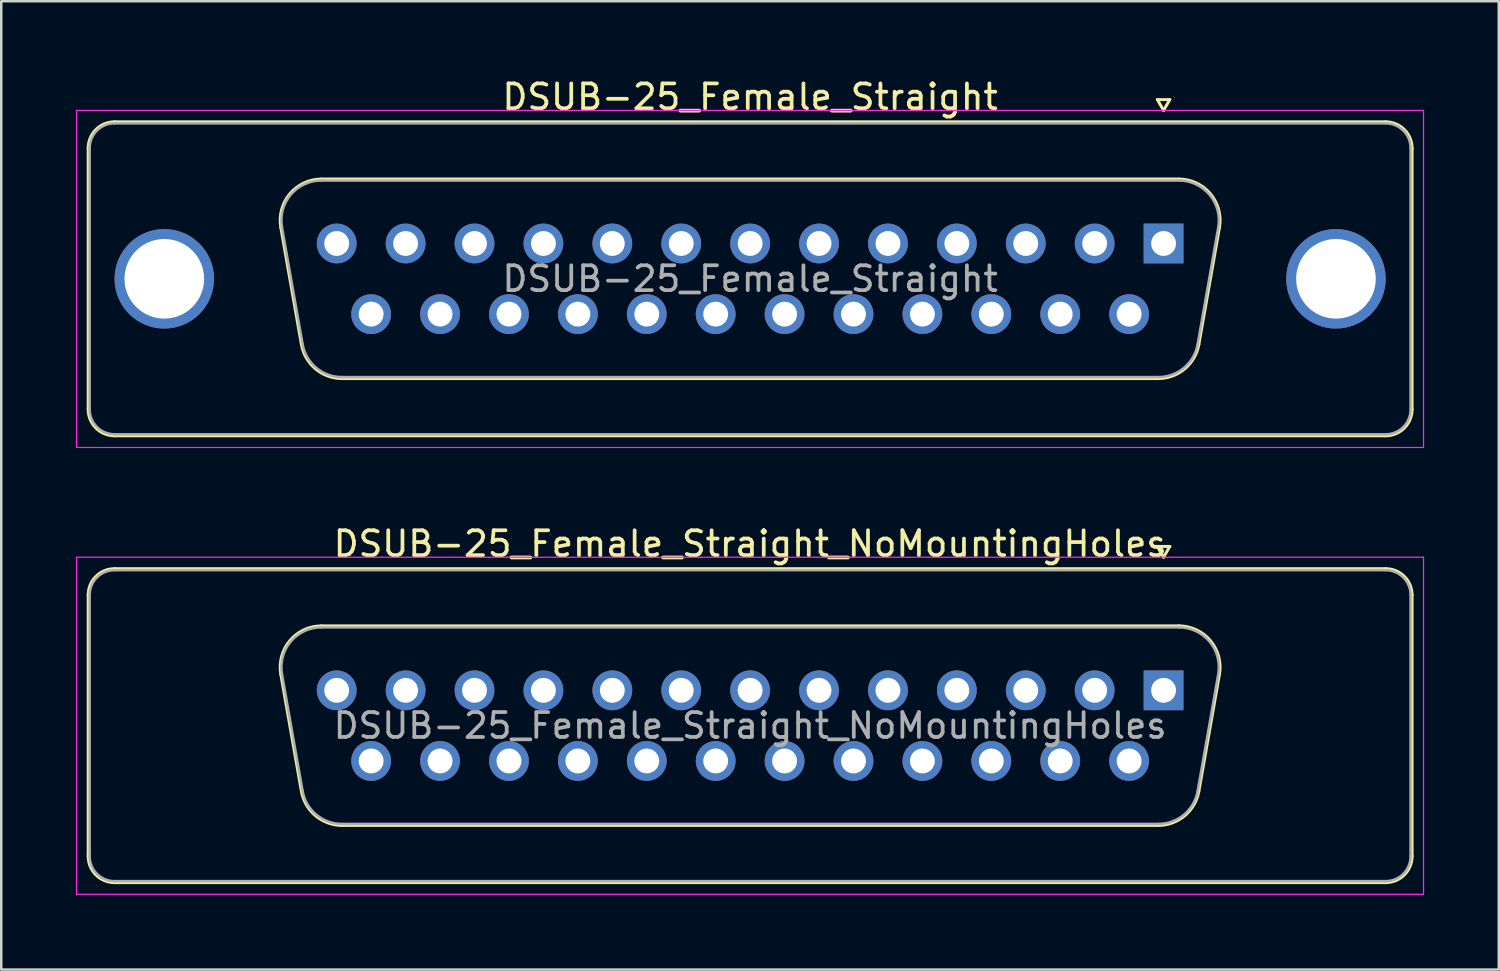
<source format=kicad_pcb>
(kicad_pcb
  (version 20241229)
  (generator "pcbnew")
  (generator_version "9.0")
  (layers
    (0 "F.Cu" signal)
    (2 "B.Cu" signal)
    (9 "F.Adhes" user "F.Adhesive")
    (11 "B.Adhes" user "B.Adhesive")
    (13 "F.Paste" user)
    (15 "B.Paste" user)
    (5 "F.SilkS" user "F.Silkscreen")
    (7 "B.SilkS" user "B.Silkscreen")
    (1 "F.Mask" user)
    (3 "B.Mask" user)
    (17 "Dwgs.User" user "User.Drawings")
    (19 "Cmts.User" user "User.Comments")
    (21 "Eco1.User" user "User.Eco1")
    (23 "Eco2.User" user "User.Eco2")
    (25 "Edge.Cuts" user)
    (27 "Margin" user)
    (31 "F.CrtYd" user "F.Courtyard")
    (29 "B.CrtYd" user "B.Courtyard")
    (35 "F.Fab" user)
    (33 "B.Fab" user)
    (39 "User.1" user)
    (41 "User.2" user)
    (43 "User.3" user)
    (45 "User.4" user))
  (footprint "DSUB-25_Female_Straight_NoMountingHoles"
    (layer "F.Cu")
    (at 43.725 24.701)
    (property "Reference" "DSUB-25_Female_Straight_NoMountingHoles" (at -16.62 -5.89 0) (layer "F.SilkS") (effects (font (size 1 1) (thickness 0.15))))
    (attr through_hole)
    (fp_line (start -43.23 6.67) (end -43.23 -3.83) (stroke (width 0.12) (type solid)) (layer "F.SilkS"))
    (fp_line (start -42.17 -4.89) (end 8.93 -4.89) (stroke (width 0.12) (type solid)) (layer "F.SilkS"))
    (fp_line (start -35.486 -0.642) (end -34.658 4.058) (stroke (width 0.12) (type solid)) (layer "F.SilkS"))
    (fp_line (start -33.852 -2.59) (end 0.612 -2.59) (stroke (width 0.12) (type solid)) (layer "F.SilkS"))
    (fp_line (start -33.023 5.43) (end -0.217 5.43) (stroke (width 0.12) (type solid)) (layer "F.SilkS"))
    (fp_line (start -0.25 -5.784) (end 0.25 -5.784) (stroke (width 0.12) (type solid)) (layer "F.SilkS"))
    (fp_line (start 0 -5.351) (end -0.25 -5.784) (stroke (width 0.12) (type solid)) (layer "F.SilkS"))
    (fp_line (start 0.25 -5.784) (end 0 -5.351) (stroke (width 0.12) (type solid)) (layer "F.SilkS"))
    (fp_line (start 2.246 -0.642) (end 1.418 4.058) (stroke (width 0.12) (type solid)) (layer "F.SilkS"))
    (fp_line (start 8.93 7.73) (end -42.17 7.73) (stroke (width 0.12) (type solid)) (layer "F.SilkS"))
    (fp_line (start 9.99 -3.83) (end 9.99 6.67) (stroke (width 0.12) (type solid)) (layer "F.SilkS"))
    (fp_arc (start -43.23 -3.83) (mid -42.919533 -4.579533) (end -42.17 -4.89) (stroke (width 0.12) (type solid)) (layer "F.SilkS"))
    (fp_arc (start -42.17 7.73) (mid -42.919533 7.419533) (end -43.23 6.67) (stroke (width 0.12) (type solid)) (layer "F.SilkS"))
    (fp_arc (start -35.48647 -0.641744) (mid -35.123323 -1.997028) (end -33.851689 -2.59) (stroke (width 0.12) (type solid)) (layer "F.SilkS"))
    (fp_arc (start -33.022952 5.43) (mid -34.089979 5.041634) (end -34.657733 4.058256) (stroke (width 0.12) (type solid)) (layer "F.SilkS"))
    (fp_arc (start 0.611689 -2.59) (mid 1.883323 -1.997027) (end 2.24647 -0.641744) (stroke (width 0.12) (type solid)) (layer "F.SilkS"))
    (fp_arc (start 1.417733 4.058256) (mid 0.84998 5.041634) (end -0.217048 5.43) (stroke (width 0.12) (type solid)) (layer "F.SilkS"))
    (fp_arc (start 8.93 -4.89) (mid 9.679533 -4.579533) (end 9.99 -3.83) (stroke (width 0.12) (type solid)) (layer "F.SilkS"))
    (fp_arc (start 9.99 6.67) (mid 9.679533 7.419533) (end 8.93 7.73) (stroke (width 0.12) (type solid)) (layer "F.SilkS"))
    (fp_line (start -43.7 -5.35) (end -43.7 8.2) (stroke (width 0.05) (type solid)) (layer "F.CrtYd"))
    (fp_line (start -43.7 8.2) (end 10.45 8.2) (stroke (width 0.05) (type solid)) (layer "F.CrtYd"))
    (fp_line (start 10.45 -5.35) (end -43.7 -5.35) (stroke (width 0.05) (type solid)) (layer "F.CrtYd"))
    (fp_line (start 10.45 8.2) (end 10.45 -5.35) (stroke (width 0.05) (type solid)) (layer "F.CrtYd"))
    (fp_line (start -43.17 6.67) (end -43.17 -3.83) (stroke (width 0.1) (type solid)) (layer "F.Fab"))
    (fp_line (start -42.17 -4.83) (end 8.93 -4.83) (stroke (width 0.1) (type solid)) (layer "F.Fab"))
    (fp_line (start -35.439 -0.652) (end -34.61 4.048) (stroke (width 0.1) (type solid)) (layer "F.Fab"))
    (fp_line (start -33.863 -2.53) (end 0.623 -2.53) (stroke (width 0.1) (type solid)) (layer "F.Fab"))
    (fp_line (start -33.034 5.37) (end -0.206 5.37) (stroke (width 0.1) (type solid)) (layer "F.Fab"))
    (fp_line (start 2.199 -0.652) (end 1.37 4.048) (stroke (width 0.1) (type solid)) (layer "F.Fab"))
    (fp_line (start 8.93 7.67) (end -42.17 7.67) (stroke (width 0.1) (type solid)) (layer "F.Fab"))
    (fp_line (start 9.93 -3.83) (end 9.93 6.67) (stroke (width 0.1) (type solid)) (layer "F.Fab"))
    (fp_arc (start -43.17 -3.83) (mid -42.877107 -4.537107) (end -42.17 -4.83) (stroke (width 0.1) (type solid)) (layer "F.Fab"))
    (fp_arc (start -42.17 7.67) (mid -42.877107 7.377107) (end -43.17 6.67) (stroke (width 0.1) (type solid)) (layer "F.Fab"))
    (fp_arc (start -35.438886 -0.652163) (mid -35.088865 -1.95846) (end -33.863194 -2.53) (stroke (width 0.1) (type solid)) (layer "F.Fab"))
    (fp_arc (start -33.034457 5.37) (mid -34.062917 4.995671) (end -34.610149 4.047837) (stroke (width 0.1) (type solid)) (layer "F.Fab"))
    (fp_arc (start 0.623194 -2.53) (mid 1.848865 -1.95846) (end 2.198886 -0.652163) (stroke (width 0.1) (type solid)) (layer "F.Fab"))
    (fp_arc (start 1.370149 4.047837) (mid 0.822917 4.995671) (end -0.205543 5.37) (stroke (width 0.1) (type solid)) (layer "F.Fab"))
    (fp_arc (start 8.93 -4.83) (mid 9.637107 -4.537107) (end 9.93 -3.83) (stroke (width 0.1) (type solid)) (layer "F.Fab"))
    (fp_arc (start 9.93 6.67) (mid 9.637107 7.377107) (end 8.93 7.67) (stroke (width 0.1) (type solid)) (layer "F.Fab"))
    (fp_text user "${REFERENCE}" (at -16.62 1.42 0) (layer "F.Fab") (effects (font (size 1 1) (thickness 0.15))))
    (pad "1" thru_hole rect (at 0 0) (size 1.6 1.6) (drill 1) (layers "*.Cu" "*.Mask"))
    (pad "2" thru_hole circle (at -2.77 0) (size 1.6 1.6) (drill 1) (layers "*.Cu" "*.Mask"))
    (pad "3" thru_hole circle (at -5.54 0) (size 1.6 1.6) (drill 1) (layers "*.Cu" "*.Mask"))
    (pad "4" thru_hole circle (at -8.31 0) (size 1.6 1.6) (drill 1) (layers "*.Cu" "*.Mask"))
    (pad "5" thru_hole circle (at -11.08 0) (size 1.6 1.6) (drill 1) (layers "*.Cu" "*.Mask"))
    (pad "6" thru_hole circle (at -13.85 0) (size 1.6 1.6) (drill 1) (layers "*.Cu" "*.Mask"))
    (pad "7" thru_hole circle (at -16.62 0) (size 1.6 1.6) (drill 1) (layers "*.Cu" "*.Mask"))
    (pad "8" thru_hole circle (at -19.39 0) (size 1.6 1.6) (drill 1) (layers "*.Cu" "*.Mask"))
    (pad "9" thru_hole circle (at -22.16 0) (size 1.6 1.6) (drill 1) (layers "*.Cu" "*.Mask"))
    (pad "10" thru_hole circle (at -24.93 0) (size 1.6 1.6) (drill 1) (layers "*.Cu" "*.Mask"))
    (pad "11" thru_hole circle (at -27.7 0) (size 1.6 1.6) (drill 1) (layers "*.Cu" "*.Mask"))
    (pad "12" thru_hole circle (at -30.47 0) (size 1.6 1.6) (drill 1) (layers "*.Cu" "*.Mask"))
    (pad "13" thru_hole circle (at -33.24 0) (size 1.6 1.6) (drill 1) (layers "*.Cu" "*.Mask"))
    (pad "14" thru_hole circle (at -1.385 2.84) (size 1.6 1.6) (drill 1) (layers "*.Cu" "*.Mask"))
    (pad "15" thru_hole circle (at -4.155 2.84) (size 1.6 1.6) (drill 1) (layers "*.Cu" "*.Mask"))
    (pad "16" thru_hole circle (at -6.925 2.84) (size 1.6 1.6) (drill 1) (layers "*.Cu" "*.Mask"))
    (pad "17" thru_hole circle (at -9.695 2.84) (size 1.6 1.6) (drill 1) (layers "*.Cu" "*.Mask"))
    (pad "18" thru_hole circle (at -12.465 2.84) (size 1.6 1.6) (drill 1) (layers "*.Cu" "*.Mask"))
    (pad "19" thru_hole circle (at -15.235 2.84) (size 1.6 1.6) (drill 1) (layers "*.Cu" "*.Mask"))
    (pad "20" thru_hole circle (at -18.005 2.84) (size 1.6 1.6) (drill 1) (layers "*.Cu" "*.Mask"))
    (pad "21" thru_hole circle (at -20.775 2.84) (size 1.6 1.6) (drill 1) (layers "*.Cu" "*.Mask"))
    (pad "22" thru_hole circle (at -23.545 2.84) (size 1.6 1.6) (drill 1) (layers "*.Cu" "*.Mask"))
    (pad "23" thru_hole circle (at -26.315 2.84) (size 1.6 1.6) (drill 1) (layers "*.Cu" "*.Mask"))
    (pad "24" thru_hole circle (at -29.085 2.84) (size 1.6 1.6) (drill 1) (layers "*.Cu" "*.Mask"))
    (pad "25" thru_hole circle (at -31.855 2.84) (size 1.6 1.6) (drill 1) (layers "*.Cu" "*.Mask")))
  (footprint "DSUB-25_Female_Straight"
    (layer "F.Cu")
    (at 43.725 6.738)
    (property "Reference" "DSUB-25_Female_Straight" (at -16.62 -5.89 0) (layer "F.SilkS") (effects (font (size 1 1) (thickness 0.15))))
    (attr through_hole)
    (fp_line (start -43.23 6.67) (end -43.23 -3.83) (stroke (width 0.12) (type solid)) (layer "F.SilkS"))
    (fp_line (start -42.17 -4.89) (end 8.93 -4.89) (stroke (width 0.12) (type solid)) (layer "F.SilkS"))
    (fp_line (start -35.486 -0.642) (end -34.658 4.058) (stroke (width 0.12) (type solid)) (layer "F.SilkS"))
    (fp_line (start -33.852 -2.59) (end 0.612 -2.59) (stroke (width 0.12) (type solid)) (layer "F.SilkS"))
    (fp_line (start -33.023 5.43) (end -0.217 5.43) (stroke (width 0.12) (type solid)) (layer "F.SilkS"))
    (fp_line (start -0.25 -5.784) (end 0.25 -5.784) (stroke (width 0.12) (type solid)) (layer "F.SilkS"))
    (fp_line (start 0 -5.351) (end -0.25 -5.784) (stroke (width 0.12) (type solid)) (layer "F.SilkS"))
    (fp_line (start 0.25 -5.784) (end 0 -5.351) (stroke (width 0.12) (type solid)) (layer "F.SilkS"))
    (fp_line (start 2.246 -0.642) (end 1.418 4.058) (stroke (width 0.12) (type solid)) (layer "F.SilkS"))
    (fp_line (start 8.93 7.73) (end -42.17 7.73) (stroke (width 0.12) (type solid)) (layer "F.SilkS"))
    (fp_line (start 9.99 -3.83) (end 9.99 6.67) (stroke (width 0.12) (type solid)) (layer "F.SilkS"))
    (fp_arc (start -43.23 -3.83) (mid -42.919533 -4.579533) (end -42.17 -4.89) (stroke (width 0.12) (type solid)) (layer "F.SilkS"))
    (fp_arc (start -42.17 7.73) (mid -42.919533 7.419533) (end -43.23 6.67) (stroke (width 0.12) (type solid)) (layer "F.SilkS"))
    (fp_arc (start -35.48647 -0.641744) (mid -35.123323 -1.997028) (end -33.851689 -2.59) (stroke (width 0.12) (type solid)) (layer "F.SilkS"))
    (fp_arc (start -33.022952 5.43) (mid -34.089979 5.041634) (end -34.657733 4.058256) (stroke (width 0.12) (type solid)) (layer "F.SilkS"))
    (fp_arc (start 0.611689 -2.59) (mid 1.883323 -1.997027) (end 2.24647 -0.641744) (stroke (width 0.12) (type solid)) (layer "F.SilkS"))
    (fp_arc (start 1.417733 4.058256) (mid 0.84998 5.041634) (end -0.217048 5.43) (stroke (width 0.12) (type solid)) (layer "F.SilkS"))
    (fp_arc (start 8.93 -4.89) (mid 9.679533 -4.579533) (end 9.99 -3.83) (stroke (width 0.12) (type solid)) (layer "F.SilkS"))
    (fp_arc (start 9.99 6.67) (mid 9.679533 7.419533) (end 8.93 7.73) (stroke (width 0.12) (type solid)) (layer "F.SilkS"))
    (fp_line (start -43.7 -5.35) (end -43.7 8.2) (stroke (width 0.05) (type solid)) (layer "F.CrtYd"))
    (fp_line (start -43.7 8.2) (end 10.45 8.2) (stroke (width 0.05) (type solid)) (layer "F.CrtYd"))
    (fp_line (start 10.45 -5.35) (end -43.7 -5.35) (stroke (width 0.05) (type solid)) (layer "F.CrtYd"))
    (fp_line (start 10.45 8.2) (end 10.45 -5.35) (stroke (width 0.05) (type solid)) (layer "F.CrtYd"))
    (fp_line (start -43.17 6.67) (end -43.17 -3.83) (stroke (width 0.1) (type solid)) (layer "F.Fab"))
    (fp_line (start -42.17 -4.83) (end 8.93 -4.83) (stroke (width 0.1) (type solid)) (layer "F.Fab"))
    (fp_line (start -35.439 -0.652) (end -34.61 4.048) (stroke (width 0.1) (type solid)) (layer "F.Fab"))
    (fp_line (start -33.863 -2.53) (end 0.623 -2.53) (stroke (width 0.1) (type solid)) (layer "F.Fab"))
    (fp_line (start -33.034 5.37) (end -0.206 5.37) (stroke (width 0.1) (type solid)) (layer "F.Fab"))
    (fp_line (start 2.199 -0.652) (end 1.37 4.048) (stroke (width 0.1) (type solid)) (layer "F.Fab"))
    (fp_line (start 8.93 7.67) (end -42.17 7.67) (stroke (width 0.1) (type solid)) (layer "F.Fab"))
    (fp_line (start 9.93 -3.83) (end 9.93 6.67) (stroke (width 0.1) (type solid)) (layer "F.Fab"))
    (fp_arc (start -43.17 -3.83) (mid -42.877107 -4.537107) (end -42.17 -4.83) (stroke (width 0.1) (type solid)) (layer "F.Fab"))
    (fp_arc (start -42.17 7.67) (mid -42.877107 7.377107) (end -43.17 6.67) (stroke (width 0.1) (type solid)) (layer "F.Fab"))
    (fp_arc (start -35.438886 -0.652163) (mid -35.088865 -1.95846) (end -33.863194 -2.53) (stroke (width 0.1) (type solid)) (layer "F.Fab"))
    (fp_arc (start -33.034457 5.37) (mid -34.062917 4.995671) (end -34.610149 4.047837) (stroke (width 0.1) (type solid)) (layer "F.Fab"))
    (fp_arc (start 0.623194 -2.53) (mid 1.848865 -1.95846) (end 2.198886 -0.652163) (stroke (width 0.1) (type solid)) (layer "F.Fab"))
    (fp_arc (start 1.370149 4.047837) (mid 0.822917 4.995671) (end -0.205543 5.37) (stroke (width 0.1) (type solid)) (layer "F.Fab"))
    (fp_arc (start 8.93 -4.83) (mid 9.637107 -4.537107) (end 9.93 -3.83) (stroke (width 0.1) (type solid)) (layer "F.Fab"))
    (fp_arc (start 9.93 6.67) (mid 9.637107 7.377107) (end 8.93 7.67) (stroke (width 0.1) (type solid)) (layer "F.Fab"))
    (fp_text user "${REFERENCE}" (at -16.62 1.42 0) (layer "F.Fab") (effects (font (size 1 1) (thickness 0.15))))
    (pad "0" thru_hole circle (at -40.17 1.42) (size 4 4) (drill 3.2) (layers "*.Cu" "*.Mask"))
    (pad "0" thru_hole circle (at 6.93 1.42) (size 4 4) (drill 3.2) (layers "*.Cu" "*.Mask"))
    (pad "1" thru_hole rect (at 0 0) (size 1.6 1.6) (drill 1) (layers "*.Cu" "*.Mask"))
    (pad "2" thru_hole circle (at -2.77 0) (size 1.6 1.6) (drill 1) (layers "*.Cu" "*.Mask"))
    (pad "3" thru_hole circle (at -5.54 0) (size 1.6 1.6) (drill 1) (layers "*.Cu" "*.Mask"))
    (pad "4" thru_hole circle (at -8.31 0) (size 1.6 1.6) (drill 1) (layers "*.Cu" "*.Mask"))
    (pad "5" thru_hole circle (at -11.08 0) (size 1.6 1.6) (drill 1) (layers "*.Cu" "*.Mask"))
    (pad "6" thru_hole circle (at -13.85 0) (size 1.6 1.6) (drill 1) (layers "*.Cu" "*.Mask"))
    (pad "7" thru_hole circle (at -16.62 0) (size 1.6 1.6) (drill 1) (layers "*.Cu" "*.Mask"))
    (pad "8" thru_hole circle (at -19.39 0) (size 1.6 1.6) (drill 1) (layers "*.Cu" "*.Mask"))
    (pad "9" thru_hole circle (at -22.16 0) (size 1.6 1.6) (drill 1) (layers "*.Cu" "*.Mask"))
    (pad "10" thru_hole circle (at -24.93 0) (size 1.6 1.6) (drill 1) (layers "*.Cu" "*.Mask"))
    (pad "11" thru_hole circle (at -27.7 0) (size 1.6 1.6) (drill 1) (layers "*.Cu" "*.Mask"))
    (pad "12" thru_hole circle (at -30.47 0) (size 1.6 1.6) (drill 1) (layers "*.Cu" "*.Mask"))
    (pad "13" thru_hole circle (at -33.24 0) (size 1.6 1.6) (drill 1) (layers "*.Cu" "*.Mask"))
    (pad "14" thru_hole circle (at -1.385 2.84) (size 1.6 1.6) (drill 1) (layers "*.Cu" "*.Mask"))
    (pad "15" thru_hole circle (at -4.155 2.84) (size 1.6 1.6) (drill 1) (layers "*.Cu" "*.Mask"))
    (pad "16" thru_hole circle (at -6.925 2.84) (size 1.6 1.6) (drill 1) (layers "*.Cu" "*.Mask"))
    (pad "17" thru_hole circle (at -9.695 2.84) (size 1.6 1.6) (drill 1) (layers "*.Cu" "*.Mask"))
    (pad "18" thru_hole circle (at -12.465 2.84) (size 1.6 1.6) (drill 1) (layers "*.Cu" "*.Mask"))
    (pad "19" thru_hole circle (at -15.235 2.84) (size 1.6 1.6) (drill 1) (layers "*.Cu" "*.Mask"))
    (pad "20" thru_hole circle (at -18.005 2.84) (size 1.6 1.6) (drill 1) (layers "*.Cu" "*.Mask"))
    (pad "21" thru_hole circle (at -20.775 2.84) (size 1.6 1.6) (drill 1) (layers "*.Cu" "*.Mask"))
    (pad "22" thru_hole circle (at -23.545 2.84) (size 1.6 1.6) (drill 1) (layers "*.Cu" "*.Mask"))
    (pad "23" thru_hole circle (at -26.315 2.84) (size 1.6 1.6) (drill 1) (layers "*.Cu" "*.Mask"))
    (pad "24" thru_hole circle (at -29.085 2.84) (size 1.6 1.6) (drill 1) (layers "*.Cu" "*.Mask"))
    (pad "25" thru_hole circle (at -31.855 2.84) (size 1.6 1.6) (drill 1) (layers "*.Cu" "*.Mask")))
  (gr_rect
    (start -3 -3)
    (end 57.2 35.926)
    (stroke (width 0.1) (type default))
    (fill no)
    (layer "Edge.Cuts")))
</source>
